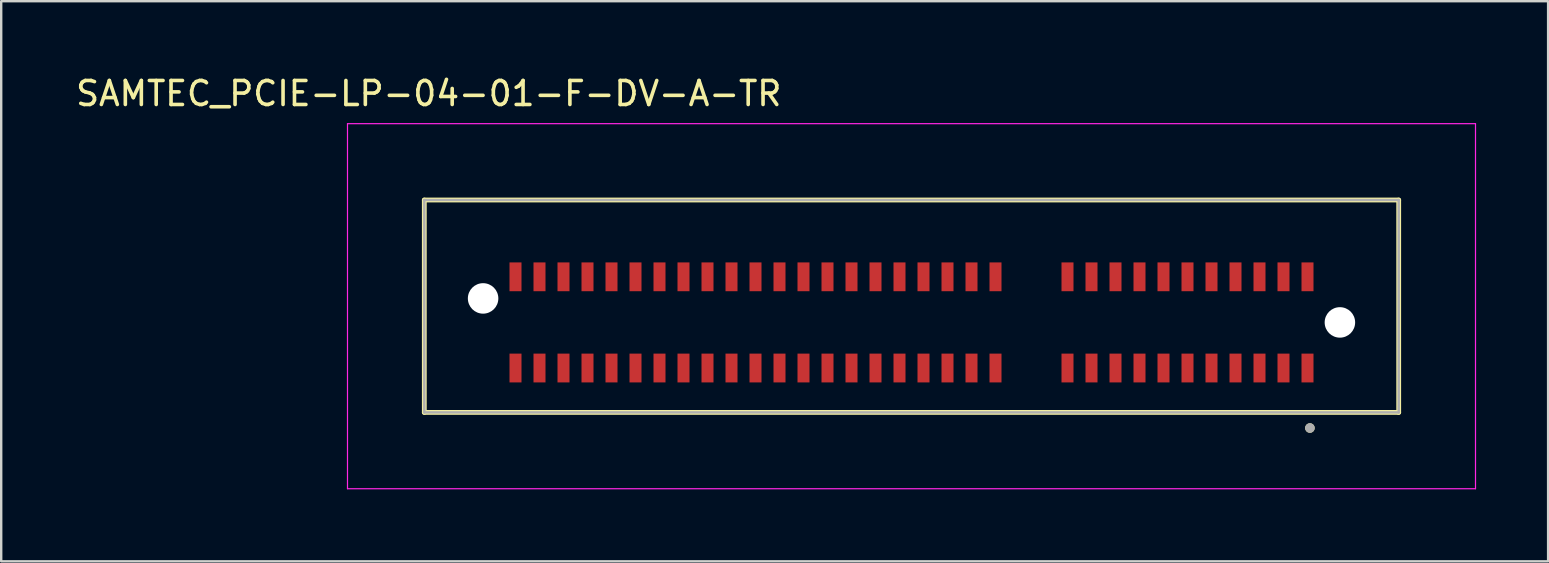
<source format=kicad_pcb>
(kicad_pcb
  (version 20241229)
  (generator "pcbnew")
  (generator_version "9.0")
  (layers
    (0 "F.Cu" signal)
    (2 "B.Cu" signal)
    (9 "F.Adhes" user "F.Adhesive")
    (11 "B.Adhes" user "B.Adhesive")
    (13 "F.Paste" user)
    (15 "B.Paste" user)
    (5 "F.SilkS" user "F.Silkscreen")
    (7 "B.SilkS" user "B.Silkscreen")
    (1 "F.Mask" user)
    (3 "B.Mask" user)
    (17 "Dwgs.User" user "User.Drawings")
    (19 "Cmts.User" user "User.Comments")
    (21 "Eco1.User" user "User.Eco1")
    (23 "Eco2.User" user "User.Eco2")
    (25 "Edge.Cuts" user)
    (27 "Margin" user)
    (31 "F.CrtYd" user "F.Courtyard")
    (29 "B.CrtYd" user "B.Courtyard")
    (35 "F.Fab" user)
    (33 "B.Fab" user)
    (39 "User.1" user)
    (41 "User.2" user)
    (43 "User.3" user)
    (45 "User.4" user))
  (footprint "SAMTEC_PCIE-LP-04-01-F-DV-A-TR"
    (layer "F.Cu")
    (at 34.929 10.384)
    (property "Reference" "SAMTEC_PCIE-LP-04-01-F-DV-A-TR" (at -20.114 -9.536 0) (layer "F.SilkS") (effects (font (size 1 1) (thickness 0.15))))
    (attr smd)
    (fp_line (start -20.3 -5.1) (end 20.3 -5.1) (stroke (width 0.2) (type solid)) (layer "F.SilkS"))
    (fp_line (start -20.3 3.75) (end -20.3 -5.1) (stroke (width 0.2) (type solid)) (layer "F.SilkS"))
    (fp_line (start 20.3 -5.1) (end 20.3 3.75) (stroke (width 0.2) (type solid)) (layer "F.SilkS"))
    (fp_line (start 20.3 3.75) (end -20.3 3.75) (stroke (width 0.2) (type solid)) (layer "F.SilkS"))
    (fp_circle (center 16.6 4.4) (end 16.7 4.4) (stroke (width 0.2) (type solid)) (fill no) (layer "F.SilkS"))
    (fp_line (start -23.5 -8.28) (end 23.5 -8.28) (stroke (width 0.05) (type solid)) (layer "F.CrtYd"))
    (fp_line (start -23.5 6.93) (end -23.5 -8.28) (stroke (width 0.05) (type solid)) (layer "F.CrtYd"))
    (fp_line (start 23.5 -8.28) (end 23.5 6.93) (stroke (width 0.05) (type solid)) (layer "F.CrtYd"))
    (fp_line (start 23.5 6.93) (end -23.5 6.93) (stroke (width 0.05) (type solid)) (layer "F.CrtYd"))
    (fp_line (start -20.3 -5.1) (end 20.3 -5.1) (stroke (width 0.1) (type solid)) (layer "F.Fab"))
    (fp_line (start -20.3 3.75) (end -20.3 -5.1) (stroke (width 0.1) (type solid)) (layer "F.Fab"))
    (fp_line (start 20.3 -5.1) (end 20.3 3.75) (stroke (width 0.1) (type solid)) (layer "F.Fab"))
    (fp_line (start 20.3 3.75) (end -20.3 3.75) (stroke (width 0.1) (type solid)) (layer "F.Fab"))
    (fp_circle (center 16.6 4.4) (end 16.7 4.4) (stroke (width 0.2) (type solid)) (fill no) (layer "F.Fab"))
    (pad "" np_thru_hole circle (at -17.85 -1) (size 1.27 1.27) (drill 1.27) (layers "*.Cu" "*.Mask"))
    (pad "" np_thru_hole circle (at 17.85 0) (size 1.27 1.27) (drill 1.27) (layers "*.Cu" "*.Mask"))
    (pad "A01" smd rect (at 16.5 1.9 90) (size 1.2 0.5) (layers "F.Cu" "F.Mask" "F.Paste"))
    (pad "A02" smd rect (at 15.5 1.9 90) (size 1.2 0.5) (layers "F.Cu" "F.Mask" "F.Paste"))
    (pad "A03" smd rect (at 14.5 1.9 90) (size 1.2 0.5) (layers "F.Cu" "F.Mask" "F.Paste"))
    (pad "A04" smd rect (at 13.5 1.9 90) (size 1.2 0.5) (layers "F.Cu" "F.Mask" "F.Paste"))
    (pad "A05" smd rect (at 12.5 1.9 90) (size 1.2 0.5) (layers "F.Cu" "F.Mask" "F.Paste"))
    (pad "A06" smd rect (at 11.5 1.9 90) (size 1.2 0.5) (layers "F.Cu" "F.Mask" "F.Paste"))
    (pad "A07" smd rect (at 10.5 1.9 90) (size 1.2 0.5) (layers "F.Cu" "F.Mask" "F.Paste"))
    (pad "A08" smd rect (at 9.5 1.9 90) (size 1.2 0.5) (layers "F.Cu" "F.Mask" "F.Paste"))
    (pad "A09" smd rect (at 8.5 1.9 90) (size 1.2 0.5) (layers "F.Cu" "F.Mask" "F.Paste"))
    (pad "A10" smd rect (at 7.5 1.9 90) (size 1.2 0.5) (layers "F.Cu" "F.Mask" "F.Paste"))
    (pad "A11" smd rect (at 6.5 1.9 90) (size 1.2 0.5) (layers "F.Cu" "F.Mask" "F.Paste"))
    (pad "A12" smd rect (at 3.5 1.9 90) (size 1.2 0.5) (layers "F.Cu" "F.Mask" "F.Paste"))
    (pad "A13" smd rect (at 2.5 1.9 90) (size 1.2 0.5) (layers "F.Cu" "F.Mask" "F.Paste"))
    (pad "A14" smd rect (at 1.5 1.9 90) (size 1.2 0.5) (layers "F.Cu" "F.Mask" "F.Paste"))
    (pad "A15" smd rect (at 0.5 1.9 90) (size 1.2 0.5) (layers "F.Cu" "F.Mask" "F.Paste"))
    (pad "A16" smd rect (at -0.5 1.9 90) (size 1.2 0.5) (layers "F.Cu" "F.Mask" "F.Paste"))
    (pad "A17" smd rect (at -1.5 1.9 90) (size 1.2 0.5) (layers "F.Cu" "F.Mask" "F.Paste"))
    (pad "A18" smd rect (at -2.5 1.9 90) (size 1.2 0.5) (layers "F.Cu" "F.Mask" "F.Paste"))
    (pad "A19" smd rect (at -3.5 1.9 90) (size 1.2 0.5) (layers "F.Cu" "F.Mask" "F.Paste"))
    (pad "A20" smd rect (at -4.5 1.9 90) (size 1.2 0.5) (layers "F.Cu" "F.Mask" "F.Paste"))
    (pad "A21" smd rect (at -5.5 1.9 90) (size 1.2 0.5) (layers "F.Cu" "F.Mask" "F.Paste"))
    (pad "A22" smd rect (at -6.5 1.9 90) (size 1.2 0.5) (layers "F.Cu" "F.Mask" "F.Paste"))
    (pad "A23" smd rect (at -7.5 1.9 90) (size 1.2 0.5) (layers "F.Cu" "F.Mask" "F.Paste"))
    (pad "A24" smd rect (at -8.5 1.9 90) (size 1.2 0.5) (layers "F.Cu" "F.Mask" "F.Paste"))
    (pad "A25" smd rect (at -9.5 1.9 90) (size 1.2 0.5) (layers "F.Cu" "F.Mask" "F.Paste"))
    (pad "A26" smd rect (at -10.5 1.9 90) (size 1.2 0.5) (layers "F.Cu" "F.Mask" "F.Paste"))
    (pad "A27" smd rect (at -11.5 1.9 90) (size 1.2 0.5) (layers "F.Cu" "F.Mask" "F.Paste"))
    (pad "A28" smd rect (at -12.5 1.9 90) (size 1.2 0.5) (layers "F.Cu" "F.Mask" "F.Paste"))
    (pad "A29" smd rect (at -13.5 1.9 90) (size 1.2 0.5) (layers "F.Cu" "F.Mask" "F.Paste"))
    (pad "A30" smd rect (at -14.5 1.9 90) (size 1.2 0.5) (layers "F.Cu" "F.Mask" "F.Paste"))
    (pad "A31" smd rect (at -15.5 1.9 90) (size 1.2 0.5) (layers "F.Cu" "F.Mask" "F.Paste"))
    (pad "A32" smd rect (at -16.5 1.9 90) (size 1.2 0.5) (layers "F.Cu" "F.Mask" "F.Paste"))
    (pad "B01" smd rect (at 16.5 -1.9 90) (size 1.2 0.5) (layers "F.Cu" "F.Mask" "F.Paste"))
    (pad "B02" smd rect (at 15.5 -1.9 90) (size 1.2 0.5) (layers "F.Cu" "F.Mask" "F.Paste"))
    (pad "B03" smd rect (at 14.5 -1.9 90) (size 1.2 0.5) (layers "F.Cu" "F.Mask" "F.Paste"))
    (pad "B04" smd rect (at 13.5 -1.9 90) (size 1.2 0.5) (layers "F.Cu" "F.Mask" "F.Paste"))
    (pad "B05" smd rect (at 12.5 -1.9 90) (size 1.2 0.5) (layers "F.Cu" "F.Mask" "F.Paste"))
    (pad "B06" smd rect (at 11.5 -1.9 90) (size 1.2 0.5) (layers "F.Cu" "F.Mask" "F.Paste"))
    (pad "B07" smd rect (at 10.5 -1.9 90) (size 1.2 0.5) (layers "F.Cu" "F.Mask" "F.Paste"))
    (pad "B08" smd rect (at 9.5 -1.9 90) (size 1.2 0.5) (layers "F.Cu" "F.Mask" "F.Paste"))
    (pad "B09" smd rect (at 8.5 -1.9 90) (size 1.2 0.5) (layers "F.Cu" "F.Mask" "F.Paste"))
    (pad "B10" smd rect (at 7.5 -1.9 90) (size 1.2 0.5) (layers "F.Cu" "F.Mask" "F.Paste"))
    (pad "B11" smd rect (at 6.5 -1.9 90) (size 1.2 0.5) (layers "F.Cu" "F.Mask" "F.Paste"))
    (pad "B12" smd rect (at 3.5 -1.9 90) (size 1.2 0.5) (layers "F.Cu" "F.Mask" "F.Paste"))
    (pad "B13" smd rect (at 2.5 -1.9 90) (size 1.2 0.5) (layers "F.Cu" "F.Mask" "F.Paste"))
    (pad "B14" smd rect (at 1.5 -1.9 90) (size 1.2 0.5) (layers "F.Cu" "F.Mask" "F.Paste"))
    (pad "B15" smd rect (at 0.5 -1.9 90) (size 1.2 0.5) (layers "F.Cu" "F.Mask" "F.Paste"))
    (pad "B16" smd rect (at -0.5 -1.9 90) (size 1.2 0.5) (layers "F.Cu" "F.Mask" "F.Paste"))
    (pad "B17" smd rect (at -1.5 -1.9 90) (size 1.2 0.5) (layers "F.Cu" "F.Mask" "F.Paste"))
    (pad "B18" smd rect (at -2.5 -1.9 90) (size 1.2 0.5) (layers "F.Cu" "F.Mask" "F.Paste"))
    (pad "B19" smd rect (at -3.5 -1.9 90) (size 1.2 0.5) (layers "F.Cu" "F.Mask" "F.Paste"))
    (pad "B20" smd rect (at -4.5 -1.9 90) (size 1.2 0.5) (layers "F.Cu" "F.Mask" "F.Paste"))
    (pad "B21" smd rect (at -5.5 -1.9 90) (size 1.2 0.5) (layers "F.Cu" "F.Mask" "F.Paste"))
    (pad "B22" smd rect (at -6.5 -1.9 90) (size 1.2 0.5) (layers "F.Cu" "F.Mask" "F.Paste"))
    (pad "B23" smd rect (at -7.5 -1.9 90) (size 1.2 0.5) (layers "F.Cu" "F.Mask" "F.Paste"))
    (pad "B24" smd rect (at -8.5 -1.9 90) (size 1.2 0.5) (layers "F.Cu" "F.Mask" "F.Paste"))
    (pad "B25" smd rect (at -9.5 -1.9 90) (size 1.2 0.5) (layers "F.Cu" "F.Mask" "F.Paste"))
    (pad "B26" smd rect (at -10.5 -1.9 90) (size 1.2 0.5) (layers "F.Cu" "F.Mask" "F.Paste"))
    (pad "B27" smd rect (at -11.5 -1.9 90) (size 1.2 0.5) (layers "F.Cu" "F.Mask" "F.Paste"))
    (pad "B28" smd rect (at -12.5 -1.9 90) (size 1.2 0.5) (layers "F.Cu" "F.Mask" "F.Paste"))
    (pad "B29" smd rect (at -13.5 -1.9 90) (size 1.2 0.5) (layers "F.Cu" "F.Mask" "F.Paste"))
    (pad "B30" smd rect (at -14.5 -1.9 90) (size 1.2 0.5) (layers "F.Cu" "F.Mask" "F.Paste"))
    (pad "B31" smd rect (at -15.5 -1.9 90) (size 1.2 0.5) (layers "F.Cu" "F.Mask" "F.Paste"))
    (pad "B32" smd rect (at -16.5 -1.9 90) (size 1.2 0.5) (layers "F.Cu" "F.Mask" "F.Paste")))
  (gr_rect
    (start -3 -3)
    (end 61.454 20.339)
    (stroke (width 0.1) (type default))
    (fill no)
    (layer "Edge.Cuts")))
</source>
